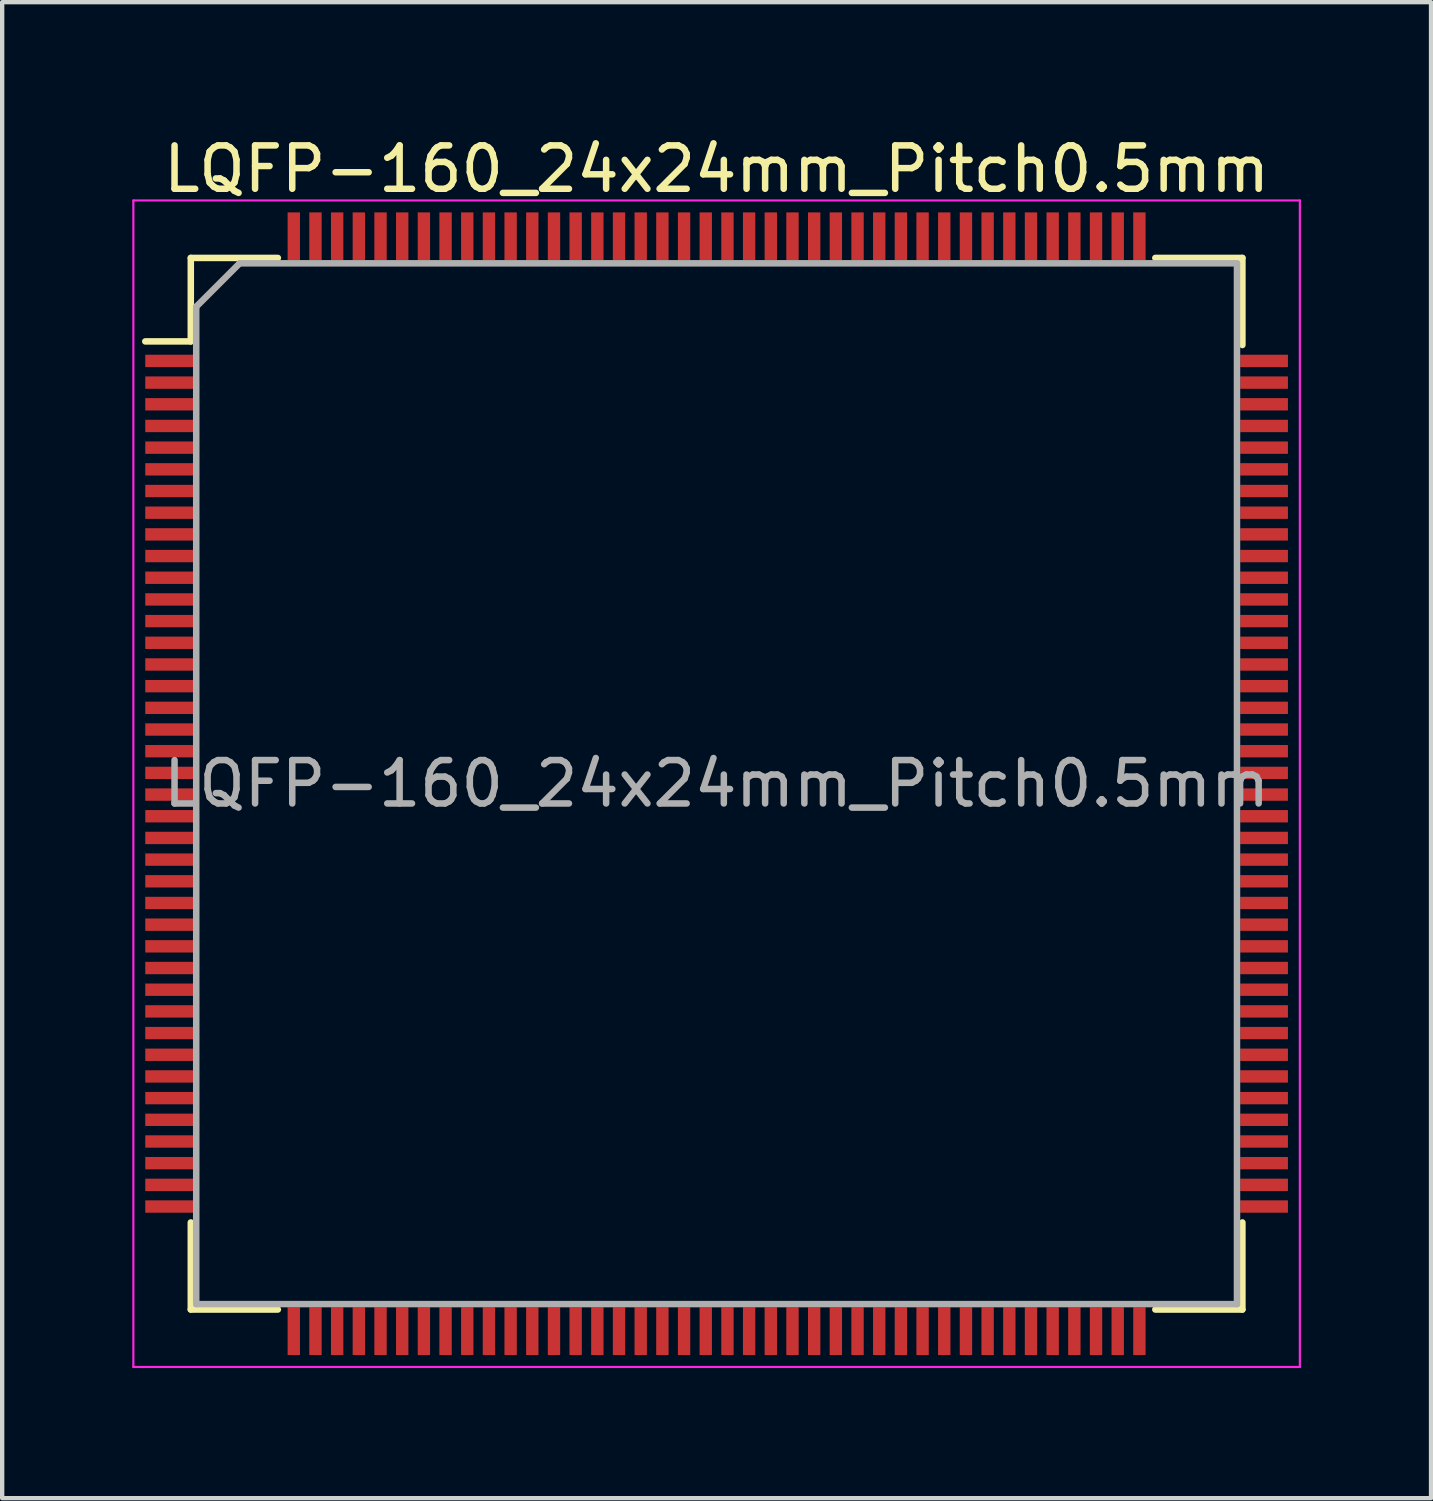
<source format=kicad_pcb>
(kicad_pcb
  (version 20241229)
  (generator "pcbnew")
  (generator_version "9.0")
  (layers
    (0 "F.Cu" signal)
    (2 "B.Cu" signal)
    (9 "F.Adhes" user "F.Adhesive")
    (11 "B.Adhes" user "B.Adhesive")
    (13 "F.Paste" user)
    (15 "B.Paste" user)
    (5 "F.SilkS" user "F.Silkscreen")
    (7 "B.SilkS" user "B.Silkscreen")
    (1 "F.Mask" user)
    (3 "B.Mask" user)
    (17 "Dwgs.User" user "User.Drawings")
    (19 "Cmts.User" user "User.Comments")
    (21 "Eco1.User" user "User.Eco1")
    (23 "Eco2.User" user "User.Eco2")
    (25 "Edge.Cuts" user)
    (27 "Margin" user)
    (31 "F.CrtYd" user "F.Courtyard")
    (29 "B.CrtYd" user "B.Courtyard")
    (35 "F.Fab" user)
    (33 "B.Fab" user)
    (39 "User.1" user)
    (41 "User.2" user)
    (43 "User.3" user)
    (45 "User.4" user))
  (footprint "LQFP-160_24x24mm_Pitch0.5mm"
    (layer "F.Cu")
    (at 13.475 15.023)
    (property "Reference" "LQFP-160_24x24mm_Pitch0.5mm" (at 0 -14.175 0) (layer "F.SilkS") (effects (font (size 1 1) (thickness 0.15))))
    (attr smd)
    (fp_line (start -12.125 -12.125) (end -12.125 -10.2) (stroke (width 0.15) (type solid)) (layer "F.SilkS"))
    (fp_line (start -12.125 -12.125) (end -10.117 -12.125) (stroke (width 0.15) (type solid)) (layer "F.SilkS"))
    (fp_line (start -12.125 -10.2) (end -13.175 -10.2) (stroke (width 0.15) (type solid)) (layer "F.SilkS"))
    (fp_line (start -12.125 12.125) (end -12.125 10.117) (stroke (width 0.15) (type solid)) (layer "F.SilkS"))
    (fp_line (start -12.125 12.125) (end -10.117 12.125) (stroke (width 0.15) (type solid)) (layer "F.SilkS"))
    (fp_line (start 12.125 -12.125) (end 10.117 -12.125) (stroke (width 0.15) (type solid)) (layer "F.SilkS"))
    (fp_line (start 12.125 -12.125) (end 12.125 -10.117) (stroke (width 0.15) (type solid)) (layer "F.SilkS"))
    (fp_line (start 12.125 12.125) (end 10.117 12.125) (stroke (width 0.15) (type solid)) (layer "F.SilkS"))
    (fp_line (start 12.125 12.125) (end 12.125 10.117) (stroke (width 0.15) (type solid)) (layer "F.SilkS"))
    (fp_line (start -13.45 -13.45) (end -13.45 13.45) (stroke (width 0.05) (type solid)) (layer "F.CrtYd"))
    (fp_line (start -13.45 -13.45) (end 13.45 -13.45) (stroke (width 0.05) (type solid)) (layer "F.CrtYd"))
    (fp_line (start -13.45 13.45) (end 13.45 13.45) (stroke (width 0.05) (type solid)) (layer "F.CrtYd"))
    (fp_line (start 13.45 -13.45) (end 13.45 13.45) (stroke (width 0.05) (type solid)) (layer "F.CrtYd"))
    (fp_line (start -12 -11) (end -11 -12) (stroke (width 0.15) (type solid)) (layer "F.Fab"))
    (fp_line (start -12 12) (end -12 -11) (stroke (width 0.15) (type solid)) (layer "F.Fab"))
    (fp_line (start -11 -12) (end 12 -12) (stroke (width 0.15) (type solid)) (layer "F.Fab"))
    (fp_line (start 12 -12) (end 12 12) (stroke (width 0.15) (type solid)) (layer "F.Fab"))
    (fp_line (start 12 12) (end -12 12) (stroke (width 0.15) (type solid)) (layer "F.Fab"))
    (fp_text user "${REFERENCE}" (at 0 0 0) (layer "F.Fab") (effects (font (size 1 1) (thickness 0.15))))
    (pad "1" smd rect (at -12.625 -9.75) (size 1.1 0.285) (layers "F.Cu" "F.Mask" "F.Paste"))
    (pad "2" smd rect (at -12.625 -9.25) (size 1.1 0.285) (layers "F.Cu" "F.Mask" "F.Paste"))
    (pad "3" smd rect (at -12.625 -8.75) (size 1.1 0.285) (layers "F.Cu" "F.Mask" "F.Paste"))
    (pad "4" smd rect (at -12.625 -8.25) (size 1.1 0.285) (layers "F.Cu" "F.Mask" "F.Paste"))
    (pad "5" smd rect (at -12.625 -7.75) (size 1.1 0.285) (layers "F.Cu" "F.Mask" "F.Paste"))
    (pad "6" smd rect (at -12.625 -7.25) (size 1.1 0.285) (layers "F.Cu" "F.Mask" "F.Paste"))
    (pad "7" smd rect (at -12.625 -6.75) (size 1.1 0.285) (layers "F.Cu" "F.Mask" "F.Paste"))
    (pad "8" smd rect (at -12.625 -6.25) (size 1.1 0.285) (layers "F.Cu" "F.Mask" "F.Paste"))
    (pad "9" smd rect (at -12.625 -5.75) (size 1.1 0.285) (layers "F.Cu" "F.Mask" "F.Paste"))
    (pad "10" smd rect (at -12.625 -5.25) (size 1.1 0.285) (layers "F.Cu" "F.Mask" "F.Paste"))
    (pad "11" smd rect (at -12.625 -4.75) (size 1.1 0.285) (layers "F.Cu" "F.Mask" "F.Paste"))
    (pad "12" smd rect (at -12.625 -4.25) (size 1.1 0.285) (layers "F.Cu" "F.Mask" "F.Paste"))
    (pad "13" smd rect (at -12.625 -3.75) (size 1.1 0.285) (layers "F.Cu" "F.Mask" "F.Paste"))
    (pad "14" smd rect (at -12.625 -3.25) (size 1.1 0.285) (layers "F.Cu" "F.Mask" "F.Paste"))
    (pad "15" smd rect (at -12.625 -2.75) (size 1.1 0.285) (layers "F.Cu" "F.Mask" "F.Paste"))
    (pad "16" smd rect (at -12.625 -2.25) (size 1.1 0.285) (layers "F.Cu" "F.Mask" "F.Paste"))
    (pad "17" smd rect (at -12.625 -1.75) (size 1.1 0.285) (layers "F.Cu" "F.Mask" "F.Paste"))
    (pad "18" smd rect (at -12.625 -1.25) (size 1.1 0.285) (layers "F.Cu" "F.Mask" "F.Paste"))
    (pad "19" smd rect (at -12.625 -0.75) (size 1.1 0.285) (layers "F.Cu" "F.Mask" "F.Paste"))
    (pad "20" smd rect (at -12.625 -0.25) (size 1.1 0.285) (layers "F.Cu" "F.Mask" "F.Paste"))
    (pad "21" smd rect (at -12.625 0.25) (size 1.1 0.285) (layers "F.Cu" "F.Mask" "F.Paste"))
    (pad "22" smd rect (at -12.625 0.75) (size 1.1 0.285) (layers "F.Cu" "F.Mask" "F.Paste"))
    (pad "23" smd rect (at -12.625 1.25) (size 1.1 0.285) (layers "F.Cu" "F.Mask" "F.Paste"))
    (pad "24" smd rect (at -12.625 1.75) (size 1.1 0.285) (layers "F.Cu" "F.Mask" "F.Paste"))
    (pad "25" smd rect (at -12.625 2.25) (size 1.1 0.285) (layers "F.Cu" "F.Mask" "F.Paste"))
    (pad "26" smd rect (at -12.625 2.75) (size 1.1 0.285) (layers "F.Cu" "F.Mask" "F.Paste"))
    (pad "27" smd rect (at -12.625 3.25) (size 1.1 0.285) (layers "F.Cu" "F.Mask" "F.Paste"))
    (pad "28" smd rect (at -12.625 3.75) (size 1.1 0.285) (layers "F.Cu" "F.Mask" "F.Paste"))
    (pad "29" smd rect (at -12.625 4.25) (size 1.1 0.285) (layers "F.Cu" "F.Mask" "F.Paste"))
    (pad "30" smd rect (at -12.625 4.75) (size 1.1 0.285) (layers "F.Cu" "F.Mask" "F.Paste"))
    (pad "31" smd rect (at -12.625 5.25) (size 1.1 0.285) (layers "F.Cu" "F.Mask" "F.Paste"))
    (pad "32" smd rect (at -12.625 5.75) (size 1.1 0.285) (layers "F.Cu" "F.Mask" "F.Paste"))
    (pad "33" smd rect (at -12.625 6.25) (size 1.1 0.285) (layers "F.Cu" "F.Mask" "F.Paste"))
    (pad "34" smd rect (at -12.625 6.75) (size 1.1 0.285) (layers "F.Cu" "F.Mask" "F.Paste"))
    (pad "35" smd rect (at -12.625 7.25) (size 1.1 0.285) (layers "F.Cu" "F.Mask" "F.Paste"))
    (pad "36" smd rect (at -12.625 7.75) (size 1.1 0.285) (layers "F.Cu" "F.Mask" "F.Paste"))
    (pad "37" smd rect (at -12.625 8.25) (size 1.1 0.285) (layers "F.Cu" "F.Mask" "F.Paste"))
    (pad "38" smd rect (at -12.625 8.75) (size 1.1 0.285) (layers "F.Cu" "F.Mask" "F.Paste"))
    (pad "39" smd rect (at -12.625 9.25) (size 1.1 0.285) (layers "F.Cu" "F.Mask" "F.Paste"))
    (pad "40" smd rect (at -12.625 9.75) (size 1.1 0.285) (layers "F.Cu" "F.Mask" "F.Paste"))
    (pad "41" smd rect (at -9.75 12.625 90) (size 1.1 0.285) (layers "F.Cu" "F.Mask" "F.Paste"))
    (pad "42" smd rect (at -9.25 12.625 90) (size 1.1 0.285) (layers "F.Cu" "F.Mask" "F.Paste"))
    (pad "43" smd rect (at -8.75 12.625 90) (size 1.1 0.285) (layers "F.Cu" "F.Mask" "F.Paste"))
    (pad "44" smd rect (at -8.25 12.625 90) (size 1.1 0.285) (layers "F.Cu" "F.Mask" "F.Paste"))
    (pad "45" smd rect (at -7.75 12.625 90) (size 1.1 0.285) (layers "F.Cu" "F.Mask" "F.Paste"))
    (pad "46" smd rect (at -7.25 12.625 90) (size 1.1 0.285) (layers "F.Cu" "F.Mask" "F.Paste"))
    (pad "47" smd rect (at -6.75 12.625 90) (size 1.1 0.285) (layers "F.Cu" "F.Mask" "F.Paste"))
    (pad "48" smd rect (at -6.25 12.625 90) (size 1.1 0.285) (layers "F.Cu" "F.Mask" "F.Paste"))
    (pad "49" smd rect (at -5.75 12.625 90) (size 1.1 0.285) (layers "F.Cu" "F.Mask" "F.Paste"))
    (pad "50" smd rect (at -5.25 12.625 90) (size 1.1 0.285) (layers "F.Cu" "F.Mask" "F.Paste"))
    (pad "51" smd rect (at -4.75 12.625 90) (size 1.1 0.285) (layers "F.Cu" "F.Mask" "F.Paste"))
    (pad "52" smd rect (at -4.25 12.625 90) (size 1.1 0.285) (layers "F.Cu" "F.Mask" "F.Paste"))
    (pad "53" smd rect (at -3.75 12.625 90) (size 1.1 0.285) (layers "F.Cu" "F.Mask" "F.Paste"))
    (pad "54" smd rect (at -3.25 12.625 90) (size 1.1 0.285) (layers "F.Cu" "F.Mask" "F.Paste"))
    (pad "55" smd rect (at -2.75 12.625 90) (size 1.1 0.285) (layers "F.Cu" "F.Mask" "F.Paste"))
    (pad "56" smd rect (at -2.25 12.625 90) (size 1.1 0.285) (layers "F.Cu" "F.Mask" "F.Paste"))
    (pad "57" smd rect (at -1.75 12.625 90) (size 1.1 0.285) (layers "F.Cu" "F.Mask" "F.Paste"))
    (pad "58" smd rect (at -1.25 12.625 90) (size 1.1 0.285) (layers "F.Cu" "F.Mask" "F.Paste"))
    (pad "59" smd rect (at -0.75 12.625 90) (size 1.1 0.285) (layers "F.Cu" "F.Mask" "F.Paste"))
    (pad "60" smd rect (at -0.25 12.625 90) (size 1.1 0.285) (layers "F.Cu" "F.Mask" "F.Paste"))
    (pad "61" smd rect (at 0.25 12.625 90) (size 1.1 0.285) (layers "F.Cu" "F.Mask" "F.Paste"))
    (pad "62" smd rect (at 0.75 12.625 90) (size 1.1 0.285) (layers "F.Cu" "F.Mask" "F.Paste"))
    (pad "63" smd rect (at 1.25 12.625 90) (size 1.1 0.285) (layers "F.Cu" "F.Mask" "F.Paste"))
    (pad "64" smd rect (at 1.75 12.625 90) (size 1.1 0.285) (layers "F.Cu" "F.Mask" "F.Paste"))
    (pad "65" smd rect (at 2.25 12.625 90) (size 1.1 0.285) (layers "F.Cu" "F.Mask" "F.Paste"))
    (pad "66" smd rect (at 2.75 12.625 90) (size 1.1 0.285) (layers "F.Cu" "F.Mask" "F.Paste"))
    (pad "67" smd rect (at 3.25 12.625 90) (size 1.1 0.285) (layers "F.Cu" "F.Mask" "F.Paste"))
    (pad "68" smd rect (at 3.75 12.625 90) (size 1.1 0.285) (layers "F.Cu" "F.Mask" "F.Paste"))
    (pad "69" smd rect (at 4.25 12.625 90) (size 1.1 0.285) (layers "F.Cu" "F.Mask" "F.Paste"))
    (pad "70" smd rect (at 4.75 12.625 90) (size 1.1 0.285) (layers "F.Cu" "F.Mask" "F.Paste"))
    (pad "71" smd rect (at 5.25 12.625 90) (size 1.1 0.285) (layers "F.Cu" "F.Mask" "F.Paste"))
    (pad "72" smd rect (at 5.75 12.625 90) (size 1.1 0.285) (layers "F.Cu" "F.Mask" "F.Paste"))
    (pad "73" smd rect (at 6.25 12.625 90) (size 1.1 0.285) (layers "F.Cu" "F.Mask" "F.Paste"))
    (pad "74" smd rect (at 6.75 12.625 90) (size 1.1 0.285) (layers "F.Cu" "F.Mask" "F.Paste"))
    (pad "75" smd rect (at 7.25 12.625 90) (size 1.1 0.285) (layers "F.Cu" "F.Mask" "F.Paste"))
    (pad "76" smd rect (at 7.75 12.625 90) (size 1.1 0.285) (layers "F.Cu" "F.Mask" "F.Paste"))
    (pad "77" smd rect (at 8.25 12.625 90) (size 1.1 0.285) (layers "F.Cu" "F.Mask" "F.Paste"))
    (pad "78" smd rect (at 8.75 12.625 90) (size 1.1 0.285) (layers "F.Cu" "F.Mask" "F.Paste"))
    (pad "79" smd rect (at 9.25 12.625 90) (size 1.1 0.285) (layers "F.Cu" "F.Mask" "F.Paste"))
    (pad "80" smd rect (at 9.75 12.625 90) (size 1.1 0.285) (layers "F.Cu" "F.Mask" "F.Paste"))
    (pad "81" smd rect (at 12.625 9.75) (size 1.1 0.285) (layers "F.Cu" "F.Mask" "F.Paste"))
    (pad "82" smd rect (at 12.625 9.25) (size 1.1 0.285) (layers "F.Cu" "F.Mask" "F.Paste"))
    (pad "83" smd rect (at 12.625 8.75) (size 1.1 0.285) (layers "F.Cu" "F.Mask" "F.Paste"))
    (pad "84" smd rect (at 12.625 8.25) (size 1.1 0.285) (layers "F.Cu" "F.Mask" "F.Paste"))
    (pad "85" smd rect (at 12.625 7.75) (size 1.1 0.285) (layers "F.Cu" "F.Mask" "F.Paste"))
    (pad "86" smd rect (at 12.625 7.25) (size 1.1 0.285) (layers "F.Cu" "F.Mask" "F.Paste"))
    (pad "87" smd rect (at 12.625 6.75) (size 1.1 0.285) (layers "F.Cu" "F.Mask" "F.Paste"))
    (pad "88" smd rect (at 12.625 6.25) (size 1.1 0.285) (layers "F.Cu" "F.Mask" "F.Paste"))
    (pad "89" smd rect (at 12.625 5.75) (size 1.1 0.285) (layers "F.Cu" "F.Mask" "F.Paste"))
    (pad "90" smd rect (at 12.625 5.25) (size 1.1 0.285) (layers "F.Cu" "F.Mask" "F.Paste"))
    (pad "91" smd rect (at 12.625 4.75) (size 1.1 0.285) (layers "F.Cu" "F.Mask" "F.Paste"))
    (pad "92" smd rect (at 12.625 4.25) (size 1.1 0.285) (layers "F.Cu" "F.Mask" "F.Paste"))
    (pad "93" smd rect (at 12.625 3.75) (size 1.1 0.285) (layers "F.Cu" "F.Mask" "F.Paste"))
    (pad "94" smd rect (at 12.625 3.25) (size 1.1 0.285) (layers "F.Cu" "F.Mask" "F.Paste"))
    (pad "95" smd rect (at 12.625 2.75) (size 1.1 0.285) (layers "F.Cu" "F.Mask" "F.Paste"))
    (pad "96" smd rect (at 12.625 2.25) (size 1.1 0.285) (layers "F.Cu" "F.Mask" "F.Paste"))
    (pad "97" smd rect (at 12.625 1.75) (size 1.1 0.285) (layers "F.Cu" "F.Mask" "F.Paste"))
    (pad "98" smd rect (at 12.625 1.25) (size 1.1 0.285) (layers "F.Cu" "F.Mask" "F.Paste"))
    (pad "99" smd rect (at 12.625 0.75) (size 1.1 0.285) (layers "F.Cu" "F.Mask" "F.Paste"))
    (pad "100" smd rect (at 12.625 0.25) (size 1.1 0.285) (layers "F.Cu" "F.Mask" "F.Paste"))
    (pad "101" smd rect (at 12.625 -0.25) (size 1.1 0.285) (layers "F.Cu" "F.Mask" "F.Paste"))
    (pad "102" smd rect (at 12.625 -0.75) (size 1.1 0.285) (layers "F.Cu" "F.Mask" "F.Paste"))
    (pad "103" smd rect (at 12.625 -1.25) (size 1.1 0.285) (layers "F.Cu" "F.Mask" "F.Paste"))
    (pad "104" smd rect (at 12.625 -1.75) (size 1.1 0.285) (layers "F.Cu" "F.Mask" "F.Paste"))
    (pad "105" smd rect (at 12.625 -2.25) (size 1.1 0.285) (layers "F.Cu" "F.Mask" "F.Paste"))
    (pad "106" smd rect (at 12.625 -2.75) (size 1.1 0.285) (layers "F.Cu" "F.Mask" "F.Paste"))
    (pad "107" smd rect (at 12.625 -3.25) (size 1.1 0.285) (layers "F.Cu" "F.Mask" "F.Paste"))
    (pad "108" smd rect (at 12.625 -3.75) (size 1.1 0.285) (layers "F.Cu" "F.Mask" "F.Paste"))
    (pad "109" smd rect (at 12.625 -4.25) (size 1.1 0.285) (layers "F.Cu" "F.Mask" "F.Paste"))
    (pad "110" smd rect (at 12.625 -4.75) (size 1.1 0.285) (layers "F.Cu" "F.Mask" "F.Paste"))
    (pad "111" smd rect (at 12.625 -5.25) (size 1.1 0.285) (layers "F.Cu" "F.Mask" "F.Paste"))
    (pad "112" smd rect (at 12.625 -5.75) (size 1.1 0.285) (layers "F.Cu" "F.Mask" "F.Paste"))
    (pad "113" smd rect (at 12.625 -6.25) (size 1.1 0.285) (layers "F.Cu" "F.Mask" "F.Paste"))
    (pad "114" smd rect (at 12.625 -6.75) (size 1.1 0.285) (layers "F.Cu" "F.Mask" "F.Paste"))
    (pad "115" smd rect (at 12.625 -7.25) (size 1.1 0.285) (layers "F.Cu" "F.Mask" "F.Paste"))
    (pad "116" smd rect (at 12.625 -7.75) (size 1.1 0.285) (layers "F.Cu" "F.Mask" "F.Paste"))
    (pad "117" smd rect (at 12.625 -8.25) (size 1.1 0.285) (layers "F.Cu" "F.Mask" "F.Paste"))
    (pad "118" smd rect (at 12.625 -8.75) (size 1.1 0.285) (layers "F.Cu" "F.Mask" "F.Paste"))
    (pad "119" smd rect (at 12.625 -9.25) (size 1.1 0.285) (layers "F.Cu" "F.Mask" "F.Paste"))
    (pad "120" smd rect (at 12.625 -9.75) (size 1.1 0.285) (layers "F.Cu" "F.Mask" "F.Paste"))
    (pad "121" smd rect (at 9.75 -12.625 90) (size 1.1 0.285) (layers "F.Cu" "F.Mask" "F.Paste"))
    (pad "122" smd rect (at 9.25 -12.625 90) (size 1.1 0.285) (layers "F.Cu" "F.Mask" "F.Paste"))
    (pad "123" smd rect (at 8.75 -12.625 90) (size 1.1 0.285) (layers "F.Cu" "F.Mask" "F.Paste"))
    (pad "124" smd rect (at 8.25 -12.625 90) (size 1.1 0.285) (layers "F.Cu" "F.Mask" "F.Paste"))
    (pad "125" smd rect (at 7.75 -12.625 90) (size 1.1 0.285) (layers "F.Cu" "F.Mask" "F.Paste"))
    (pad "126" smd rect (at 7.25 -12.625 90) (size 1.1 0.285) (layers "F.Cu" "F.Mask" "F.Paste"))
    (pad "127" smd rect (at 6.75 -12.625 90) (size 1.1 0.285) (layers "F.Cu" "F.Mask" "F.Paste"))
    (pad "128" smd rect (at 6.25 -12.625 90) (size 1.1 0.285) (layers "F.Cu" "F.Mask" "F.Paste"))
    (pad "129" smd rect (at 5.75 -12.625 90) (size 1.1 0.285) (layers "F.Cu" "F.Mask" "F.Paste"))
    (pad "130" smd rect (at 5.25 -12.625 90) (size 1.1 0.285) (layers "F.Cu" "F.Mask" "F.Paste"))
    (pad "131" smd rect (at 4.75 -12.625 90) (size 1.1 0.285) (layers "F.Cu" "F.Mask" "F.Paste"))
    (pad "132" smd rect (at 4.25 -12.625 90) (size 1.1 0.285) (layers "F.Cu" "F.Mask" "F.Paste"))
    (pad "133" smd rect (at 3.75 -12.625 90) (size 1.1 0.285) (layers "F.Cu" "F.Mask" "F.Paste"))
    (pad "134" smd rect (at 3.25 -12.625 90) (size 1.1 0.285) (layers "F.Cu" "F.Mask" "F.Paste"))
    (pad "135" smd rect (at 2.75 -12.625 90) (size 1.1 0.285) (layers "F.Cu" "F.Mask" "F.Paste"))
    (pad "136" smd rect (at 2.25 -12.625 90) (size 1.1 0.285) (layers "F.Cu" "F.Mask" "F.Paste"))
    (pad "137" smd rect (at 1.75 -12.625 90) (size 1.1 0.285) (layers "F.Cu" "F.Mask" "F.Paste"))
    (pad "138" smd rect (at 1.25 -12.625 90) (size 1.1 0.285) (layers "F.Cu" "F.Mask" "F.Paste"))
    (pad "139" smd rect (at 0.75 -12.625 90) (size 1.1 0.285) (layers "F.Cu" "F.Mask" "F.Paste"))
    (pad "140" smd rect (at 0.25 -12.625 90) (size 1.1 0.285) (layers "F.Cu" "F.Mask" "F.Paste"))
    (pad "141" smd rect (at -0.25 -12.625 90) (size 1.1 0.285) (layers "F.Cu" "F.Mask" "F.Paste"))
    (pad "142" smd rect (at -0.75 -12.625 90) (size 1.1 0.285) (layers "F.Cu" "F.Mask" "F.Paste"))
    (pad "143" smd rect (at -1.25 -12.625 90) (size 1.1 0.285) (layers "F.Cu" "F.Mask" "F.Paste"))
    (pad "144" smd rect (at -1.75 -12.625 90) (size 1.1 0.285) (layers "F.Cu" "F.Mask" "F.Paste"))
    (pad "145" smd rect (at -2.25 -12.625 90) (size 1.1 0.285) (layers "F.Cu" "F.Mask" "F.Paste"))
    (pad "146" smd rect (at -2.75 -12.625 90) (size 1.1 0.285) (layers "F.Cu" "F.Mask" "F.Paste"))
    (pad "147" smd rect (at -3.25 -12.625 90) (size 1.1 0.285) (layers "F.Cu" "F.Mask" "F.Paste"))
    (pad "148" smd rect (at -3.75 -12.625 90) (size 1.1 0.285) (layers "F.Cu" "F.Mask" "F.Paste"))
    (pad "149" smd rect (at -4.25 -12.625 90) (size 1.1 0.285) (layers "F.Cu" "F.Mask" "F.Paste"))
    (pad "150" smd rect (at -4.75 -12.625 90) (size 1.1 0.285) (layers "F.Cu" "F.Mask" "F.Paste"))
    (pad "151" smd rect (at -5.25 -12.625 90) (size 1.1 0.285) (layers "F.Cu" "F.Mask" "F.Paste"))
    (pad "152" smd rect (at -5.75 -12.625 90) (size 1.1 0.285) (layers "F.Cu" "F.Mask" "F.Paste"))
    (pad "153" smd rect (at -6.25 -12.625 90) (size 1.1 0.285) (layers "F.Cu" "F.Mask" "F.Paste"))
    (pad "154" smd rect (at -6.75 -12.625 90) (size 1.1 0.285) (layers "F.Cu" "F.Mask" "F.Paste"))
    (pad "155" smd rect (at -7.25 -12.625 90) (size 1.1 0.285) (layers "F.Cu" "F.Mask" "F.Paste"))
    (pad "156" smd rect (at -7.75 -12.625 90) (size 1.1 0.285) (layers "F.Cu" "F.Mask" "F.Paste"))
    (pad "157" smd rect (at -8.25 -12.625 90) (size 1.1 0.285) (layers "F.Cu" "F.Mask" "F.Paste"))
    (pad "158" smd rect (at -8.75 -12.625 90) (size 1.1 0.285) (layers "F.Cu" "F.Mask" "F.Paste"))
    (pad "159" smd rect (at -9.25 -12.625 90) (size 1.1 0.285) (layers "F.Cu" "F.Mask" "F.Paste"))
    (pad "160" smd rect (at -9.75 -12.625 90) (size 1.1 0.285) (layers "F.Cu" "F.Mask" "F.Paste")))
  (gr_rect
    (start -3 -3)
    (end 29.95 31.498)
    (stroke (width 0.1) (type default))
    (fill no)
    (layer "Edge.Cuts")))
</source>
